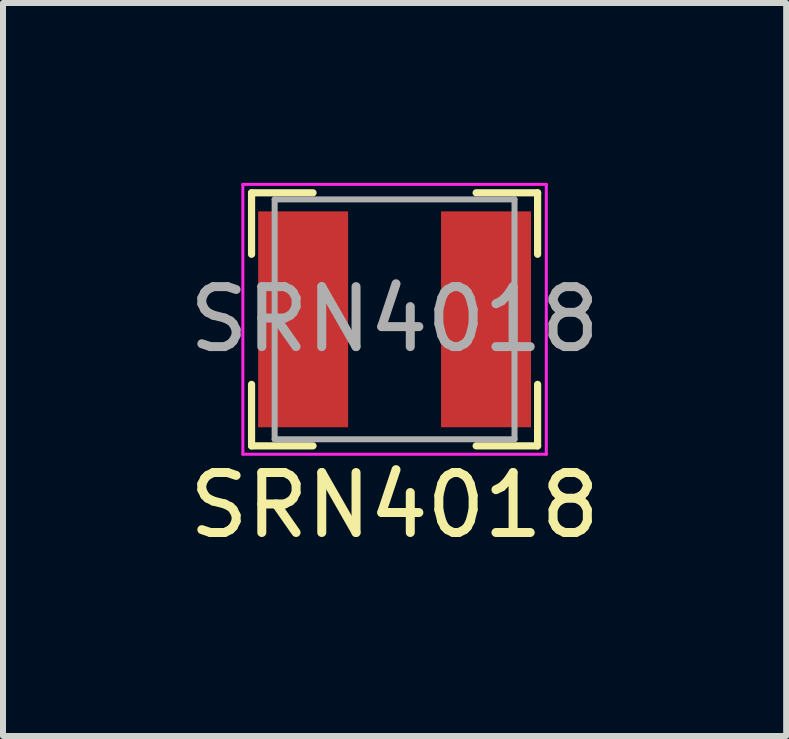
<source format=kicad_pcb>
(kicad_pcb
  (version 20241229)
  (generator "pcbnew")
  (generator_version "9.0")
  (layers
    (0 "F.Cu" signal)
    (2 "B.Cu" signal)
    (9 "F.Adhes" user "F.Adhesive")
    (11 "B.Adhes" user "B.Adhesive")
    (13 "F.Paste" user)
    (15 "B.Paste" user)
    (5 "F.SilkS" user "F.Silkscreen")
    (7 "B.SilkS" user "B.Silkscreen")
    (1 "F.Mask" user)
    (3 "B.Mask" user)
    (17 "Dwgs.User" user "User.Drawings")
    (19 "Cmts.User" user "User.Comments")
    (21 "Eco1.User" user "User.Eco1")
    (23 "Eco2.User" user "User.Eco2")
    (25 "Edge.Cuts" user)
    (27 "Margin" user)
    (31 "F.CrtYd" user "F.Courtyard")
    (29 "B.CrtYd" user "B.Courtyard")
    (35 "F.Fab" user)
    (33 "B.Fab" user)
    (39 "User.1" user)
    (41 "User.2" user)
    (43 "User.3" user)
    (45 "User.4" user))
  (footprint "SRN4018"
    (layer "F.Cu")
    (at 3.53 2.275)
    (property "Reference" "SRN4018" (at 0 3.1 0) (layer "F.SilkS") (effects (font (size 1 1) (thickness 0.15))))
    (attr smd)
    (fp_line (start -2.385 -2.11) (end -2.385 -1.085) (stroke (width 0.12) (type solid)) (layer "F.SilkS"))
    (fp_line (start -2.385 -2.11) (end -1.36 -2.11) (stroke (width 0.12) (type solid)) (layer "F.SilkS"))
    (fp_line (start -2.385 2.11) (end -2.385 1.085) (stroke (width 0.12) (type solid)) (layer "F.SilkS"))
    (fp_line (start -2.385 2.11) (end -1.36 2.11) (stroke (width 0.12) (type solid)) (layer "F.SilkS"))
    (fp_line (start 2.385 -2.11) (end 1.36 -2.11) (stroke (width 0.12) (type solid)) (layer "F.SilkS"))
    (fp_line (start 2.385 -2.11) (end 2.385 -1.085) (stroke (width 0.12) (type solid)) (layer "F.SilkS"))
    (fp_line (start 2.385 2.11) (end 1.36 2.11) (stroke (width 0.12) (type solid)) (layer "F.SilkS"))
    (fp_line (start 2.385 2.11) (end 2.385 1.085) (stroke (width 0.12) (type solid)) (layer "F.SilkS"))
    (fp_line (start -2.53 -2.25) (end -2.53 2.25) (stroke (width 0.05) (type solid)) (layer "F.CrtYd"))
    (fp_line (start -2.53 -2.25) (end 2.53 -2.25) (stroke (width 0.05) (type solid)) (layer "F.CrtYd"))
    (fp_line (start -2.53 2.25) (end 2.53 2.25) (stroke (width 0.05) (type solid)) (layer "F.CrtYd"))
    (fp_line (start 2.53 -2.25) (end 2.53 2.25) (stroke (width 0.05) (type solid)) (layer "F.CrtYd"))
    (fp_line (start -2 -2) (end -2 2) (stroke (width 0.1) (type solid)) (layer "F.Fab"))
    (fp_line (start -2 -2) (end 2 -2) (stroke (width 0.1) (type solid)) (layer "F.Fab"))
    (fp_line (start 2 -2) (end 2 2) (stroke (width 0.1) (type solid)) (layer "F.Fab"))
    (fp_line (start 2 2) (end -2 2) (stroke (width 0.1) (type solid)) (layer "F.Fab"))
    (fp_text user "${REFERENCE}" (at 0 0 0) (layer "F.Fab") (effects (font (size 1 1) (thickness 0.15))))
    (pad "1" smd rect (at -1.525 0) (size 1.5 3.6) (layers "F.Cu" "F.Mask" "F.Paste"))
    (pad "2" smd rect (at 1.525 0) (size 1.5 3.6) (layers "F.Cu" "F.Mask" "F.Paste")))
  (gr_rect
    (start -3 -3)
    (end 10.06 9.223)
    (stroke (width 0.1) (type default))
    (fill no)
    (layer "Edge.Cuts")))
</source>
